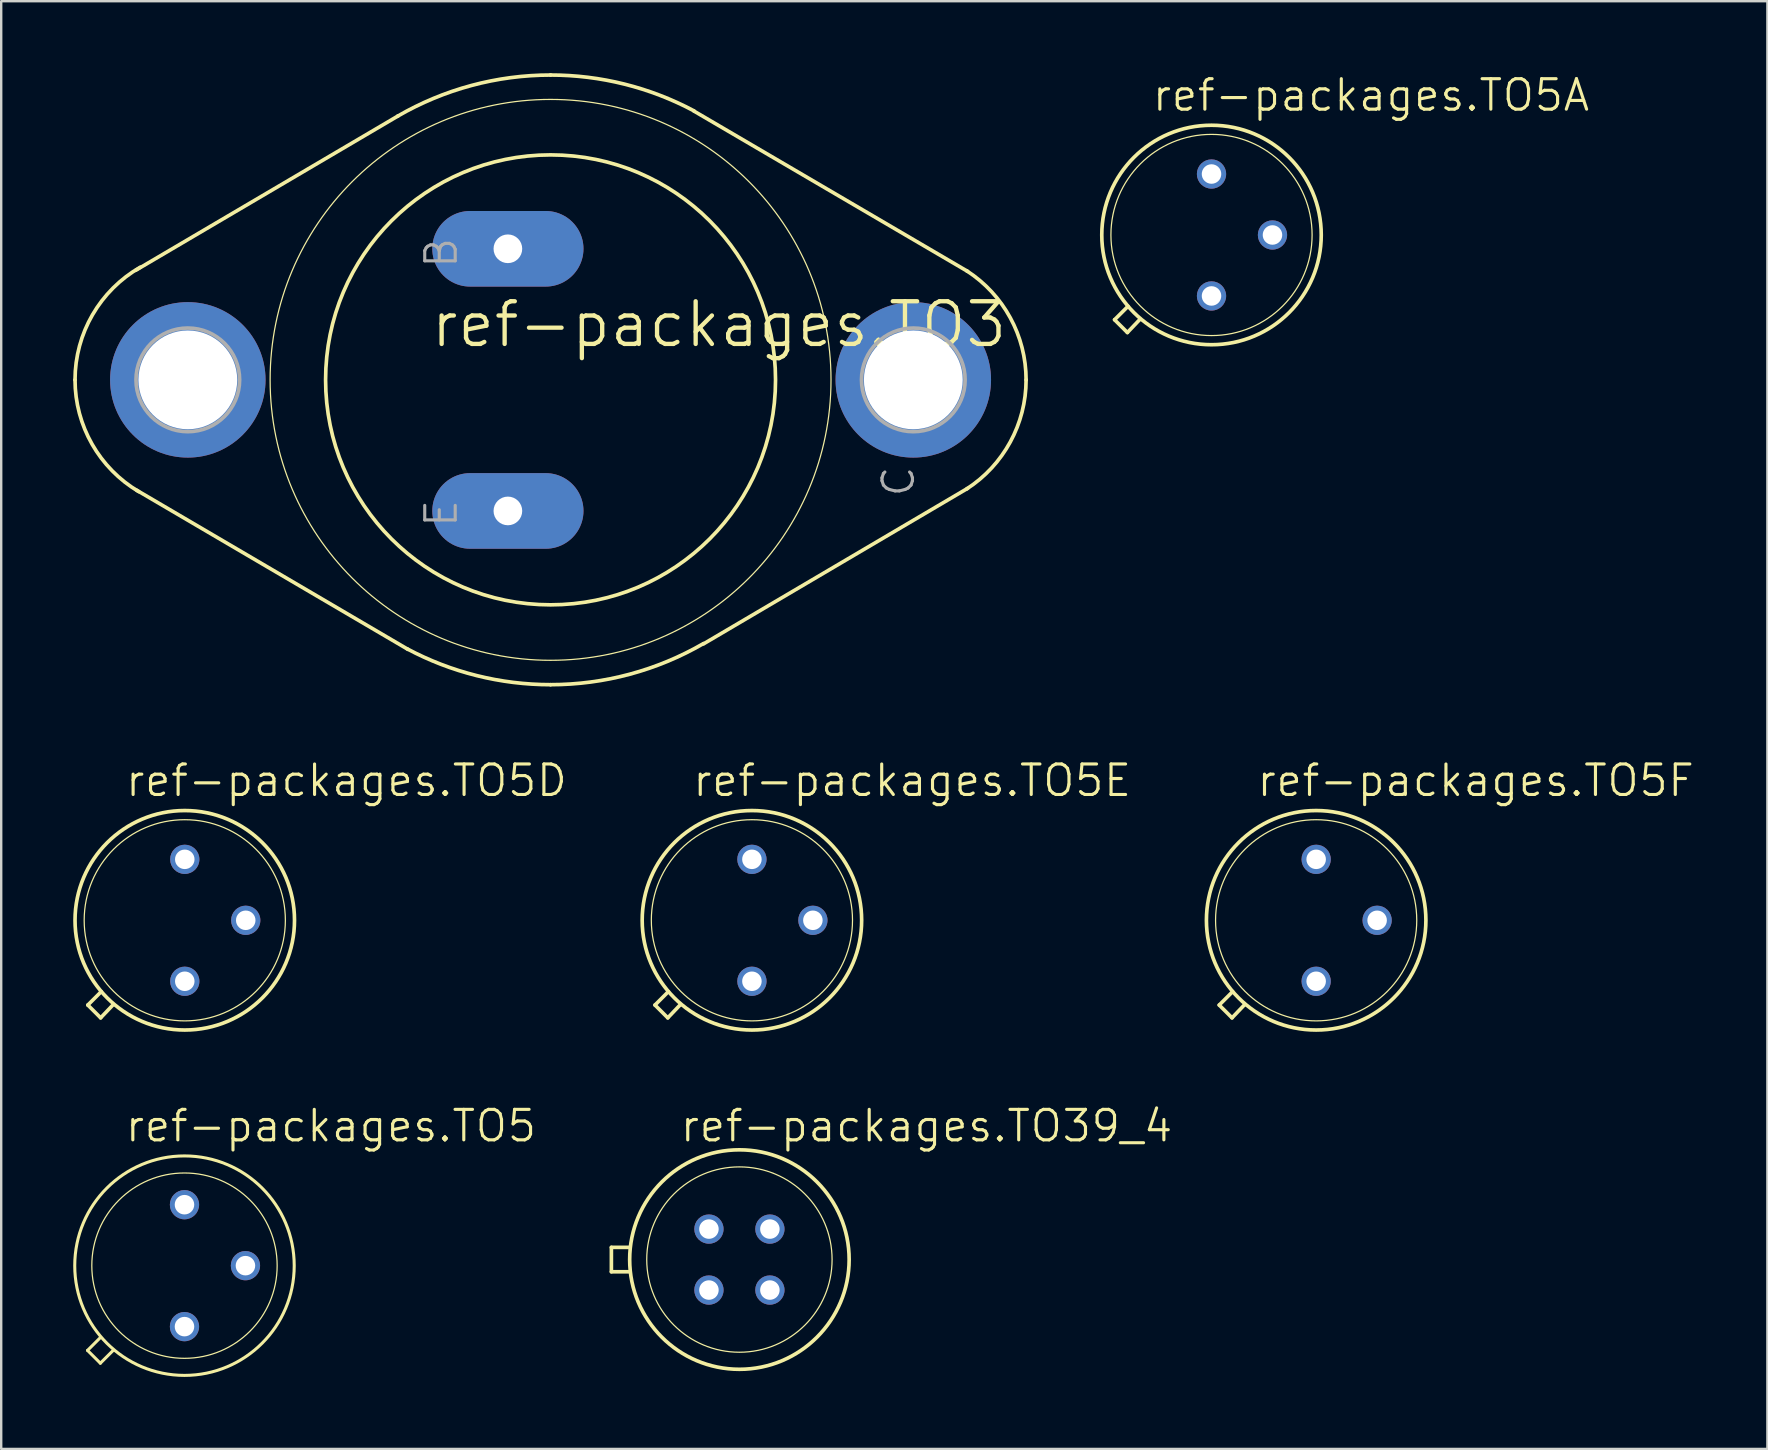
<source format=kicad_pcb>
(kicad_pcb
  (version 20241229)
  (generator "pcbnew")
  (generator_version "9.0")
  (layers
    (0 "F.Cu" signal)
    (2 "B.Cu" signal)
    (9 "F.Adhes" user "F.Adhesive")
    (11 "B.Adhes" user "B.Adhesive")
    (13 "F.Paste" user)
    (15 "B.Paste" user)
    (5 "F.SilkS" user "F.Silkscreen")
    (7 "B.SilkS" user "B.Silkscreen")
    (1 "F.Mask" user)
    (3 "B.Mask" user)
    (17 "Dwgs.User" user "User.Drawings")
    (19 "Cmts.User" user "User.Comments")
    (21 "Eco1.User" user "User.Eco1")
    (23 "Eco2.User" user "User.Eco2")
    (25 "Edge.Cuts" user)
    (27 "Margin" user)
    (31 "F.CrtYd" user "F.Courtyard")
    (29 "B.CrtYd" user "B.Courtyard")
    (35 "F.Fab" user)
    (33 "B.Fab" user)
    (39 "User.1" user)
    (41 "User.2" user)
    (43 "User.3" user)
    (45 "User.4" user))
  (footprint "ref-packages.TO5D"
    (layer "F.Cu")
    (at 4.648 35.292)
    (property "Reference" "ref-packages.TO5D" (at -2.54 -5.08 0) (layer "F.SilkS") (effects (font (size 1.27 1.27) (thickness 0.13)) (justify left bottom)))
    (attr through_hole)
    (fp_line (start -4.039 3.531) (end -3.48 2.972) (stroke (width 0.152) (type default)) (layer "F.SilkS"))
    (fp_line (start -3.505 4.064) (end -4.039 3.531) (stroke (width 0.152) (type default)) (layer "F.SilkS"))
    (fp_line (start -2.972 3.505) (end -3.505 4.064) (stroke (width 0.152) (type default)) (layer "F.SilkS"))
    (fp_circle (center 0 0) (end 4.191 0) (stroke (width 0.051) (type default)) (fill no) (layer "F.SilkS"))
    (fp_circle (center 0 0) (end 4.572 0) (stroke (width 0.152) (type default)) (fill no) (layer "F.SilkS"))
    (pad "D" thru_hole circle (at 0 2.54) (size 1.219 1.219) (drill 0.813) (layers "*.Cu" "*.Mask"))
    (pad "G" thru_hole circle (at 0 -2.54) (size 1.219 1.219) (drill 0.813) (layers "*.Cu" "*.Mask"))
    (pad "S" thru_hole circle (at 2.54 0) (size 1.219 1.219) (drill 0.813) (layers "*.Cu" "*.Mask")))
  (footprint "ref-packages.TO39_4"
    (layer "F.Cu")
    (at 27.756 49.427)
    (property "Reference" "ref-packages.TO39_4" (at -2.54 -4.826 0) (layer "F.SilkS") (effects (font (size 1.27 1.27) (thickness 0.13)) (justify left bottom)))
    (attr through_hole)
    (fp_line (start -5.334 0.508) (end -5.334 -0.508) (stroke (width 0.152) (type default)) (layer "F.SilkS"))
    (fp_line (start -5.334 0.508) (end -4.572 0.508) (stroke (width 0.152) (type default)) (layer "F.SilkS"))
    (fp_line (start -4.572 -0.508) (end -5.334 -0.508) (stroke (width 0.152) (type default)) (layer "F.SilkS"))
    (fp_circle (center 0 0) (end 3.861 0) (stroke (width 0.051) (type default)) (fill no) (layer "F.SilkS"))
    (fp_circle (center 0 0) (end 4.572 0) (stroke (width 0.152) (type default)) (fill no) (layer "F.SilkS"))
    (pad "1" thru_hole circle (at -1.27 1.27) (size 1.219 1.219) (drill 0.813) (layers "*.Cu" "*.Mask"))
    (pad "2" thru_hole circle (at 1.27 1.27) (size 1.219 1.219) (drill 0.813) (layers "*.Cu" "*.Mask"))
    (pad "3" thru_hole circle (at 1.27 -1.27) (size 1.219 1.219) (drill 0.813) (layers "*.Cu" "*.Mask"))
    (pad "4" thru_hole circle (at -1.27 -1.27) (size 1.219 1.219) (drill 0.813) (layers "*.Cu" "*.Mask")))
  (footprint "ref-packages.TO5F"
    (layer "F.Cu")
    (at 51.785 35.292)
    (property "Reference" "ref-packages.TO5F" (at -2.54 -5.08 0) (layer "F.SilkS") (effects (font (size 1.27 1.27) (thickness 0.13)) (justify left bottom)))
    (attr through_hole)
    (fp_line (start -4.039 3.531) (end -3.48 2.972) (stroke (width 0.152) (type default)) (layer "F.SilkS"))
    (fp_line (start -3.505 4.064) (end -4.039 3.531) (stroke (width 0.152) (type default)) (layer "F.SilkS"))
    (fp_line (start -2.972 3.505) (end -3.505 4.064) (stroke (width 0.152) (type default)) (layer "F.SilkS"))
    (fp_circle (center 0 0) (end 4.191 0) (stroke (width 0.051) (type default)) (fill no) (layer "F.SilkS"))
    (fp_circle (center 0 0) (end 4.572 0) (stroke (width 0.152) (type default)) (fill no) (layer "F.SilkS"))
    (pad "D" thru_hole circle (at 2.54 0) (size 1.219 1.219) (drill 0.813) (layers "*.Cu" "*.Mask"))
    (pad "G" thru_hole circle (at 0 -2.54) (size 1.219 1.219) (drill 0.813) (layers "*.Cu" "*.Mask"))
    (pad "S" thru_hole circle (at 0 2.54) (size 1.219 1.219) (drill 0.813) (layers "*.Cu" "*.Mask")))
  (footprint "ref-packages.TO3"
    (layer "F.Cu")
    (at 19.888 12.776)
    (property "Reference" "ref-packages.TO3" (at -5.08 -1.27 0) (layer "F.SilkS") (effects (font (size 1.778 1.778) (thickness 0.18)) (justify left bottom)))
    (attr through_hole)
    (fp_line (start -6.35 -10.998) (end -17.272 -4.572) (stroke (width 0.152) (type default)) (layer "F.SilkS"))
    (fp_line (start -5.944 11.227) (end -17.247 4.597) (stroke (width 0.152) (type default)) (layer "F.SilkS"))
    (fp_line (start 5.969 -11.201) (end 17.374 -4.521) (stroke (width 0.152) (type default)) (layer "F.SilkS"))
    (fp_line (start 6.375 10.998) (end 17.374 4.521) (stroke (width 0.152) (type default)) (layer "F.SilkS"))
    (fp_arc (start -19.812 0) (mid -19.08306 -2.712168) (end -17.0927 -4.6935) (stroke (width 0.1524) (type default)) (layer "F.SilkS"))
    (fp_arc (start -17.1555 4.657) (mid -19.101186 2.680705) (end -19.812 0) (stroke (width 0.1524) (type default)) (layer "F.SilkS"))
    (fp_arc (start -6.3718 -10.9859) (mid -3.299165 -12.263989) (end 0 -12.7) (stroke (width 0.1524) (type default)) (layer "F.SilkS"))
    (fp_arc (start 0 -12.7) (mid 3.080216 -12.320822) (end 5.9765 -11.2059) (stroke (width 0.1524) (type default)) (layer "F.SilkS"))
    (fp_arc (start 0 12.7) (mid -3.080216 12.320822) (end -5.9765 11.2059) (stroke (width 0.1524) (type default)) (layer "F.SilkS"))
    (fp_arc (start 6.3718 10.9859) (mid 3.299165 12.263989) (end 0 12.7) (stroke (width 0.1524) (type default)) (layer "F.SilkS"))
    (fp_arc (start 17.3366 -4.545) (mid 19.153012 -2.587691) (end 19.812 0) (stroke (width 0.1524) (type default)) (layer "F.SilkS"))
    (fp_arc (start 19.812 0) (mid 19.153012 2.587691) (end 17.3366 4.545) (stroke (width 0.1524) (type default)) (layer "F.SilkS"))
    (fp_circle (center 0 0) (end 9.373 0) (stroke (width 0.152) (type default)) (fill no) (layer "F.SilkS"))
    (fp_circle (center 0 0) (end 11.684 0) (stroke (width 0.051) (type default)) (fill no) (layer "F.SilkS"))
    (fp_circle (center -15.113 0) (end -12.954 0) (stroke (width 0.152) (type default)) (fill no) (layer "F.Fab"))
    (fp_circle (center 15.113 0) (end 17.272 0) (stroke (width 0.152) (type default)) (fill no) (layer "F.Fab"))
    (fp_text user "E" (at -3.81 6.223 90) (layer "F.Fab") (effects (font (size 1.27 1.27) (thickness 0.13)) (justify left bottom)))
    (fp_text user "C" (at 15.24 4.953 90) (layer "F.Fab") (effects (font (size 1.27 1.27) (thickness 0.13)) (justify left bottom)))
    (fp_text user "B" (at -3.81 -4.572 90) (layer "F.Fab") (effects (font (size 1.27 1.27) (thickness 0.13)) (justify left bottom)))
    (pad "B" thru_hole oval (at -1.778 -5.461) (size 6.299 3.15) (drill 1.194) (layers "*.Cu" "*.Mask"))
    (pad "C" thru_hole circle (at 15.113 0) (size 6.477 6.477) (drill 4.115) (layers "*.Cu" "*.Mask"))
    (pad "C/" thru_hole circle (at -15.113 0) (size 6.477 6.477) (drill 4.115) (layers "*.Cu" "*.Mask"))
    (pad "E" thru_hole oval (at -1.778 5.461) (size 6.299 3.15) (drill 1.194) (layers "*.Cu" "*.Mask")))
  (footprint "ref-packages.TO5"
    (layer "F.Cu")
    (at 4.636 49.681)
    (property "Reference" "ref-packages.TO5" (at -2.54 -5.08 0) (layer "F.SilkS") (effects (font (size 1.27 1.27) (thickness 0.13)) (justify left bottom)))
    (attr through_hole)
    (fp_line (start -4.039 3.531) (end -3.505 2.997) (stroke (width 0.127) (type default)) (layer "F.SilkS"))
    (fp_line (start -3.505 4.064) (end -4.039 3.531) (stroke (width 0.127) (type default)) (layer "F.SilkS"))
    (fp_line (start -2.972 3.531) (end -3.505 4.064) (stroke (width 0.127) (type default)) (layer "F.SilkS"))
    (fp_circle (center 0 0) (end 3.861 0) (stroke (width 0.051) (type default)) (fill no) (layer "F.SilkS"))
    (fp_circle (center 0 0) (end 4.572 0) (stroke (width 0.127) (type default)) (fill no) (layer "F.SilkS"))
    (pad "1" thru_hole circle (at 0 2.54) (size 1.219 1.219) (drill 0.813) (layers "*.Cu" "*.Mask"))
    (pad "2" thru_hole circle (at 2.54 0) (size 1.219 1.219) (drill 0.813) (layers "*.Cu" "*.Mask"))
    (pad "3" thru_hole circle (at 0 -2.54) (size 1.219 1.219) (drill 0.813) (layers "*.Cu" "*.Mask")))
  (footprint "ref-packages.TO5A"
    (layer "F.Cu")
    (at 47.425 6.74)
    (property "Reference" "ref-packages.TO5A" (at -2.54 -5.08 0) (layer "F.SilkS") (effects (font (size 1.27 1.27) (thickness 0.13)) (justify left bottom)))
    (attr through_hole)
    (fp_line (start -4.039 3.531) (end -3.48 2.972) (stroke (width 0.152) (type default)) (layer "F.SilkS"))
    (fp_line (start -3.505 4.064) (end -4.039 3.531) (stroke (width 0.152) (type default)) (layer "F.SilkS"))
    (fp_line (start -2.972 3.505) (end -3.505 4.064) (stroke (width 0.152) (type default)) (layer "F.SilkS"))
    (fp_circle (center 0 0) (end 4.191 0) (stroke (width 0.051) (type default)) (fill no) (layer "F.SilkS"))
    (fp_circle (center 0 0) (end 4.572 0) (stroke (width 0.152) (type default)) (fill no) (layer "F.SilkS"))
    (pad "B" thru_hole circle (at 2.54 0) (size 1.219 1.219) (drill 0.813) (layers "*.Cu" "*.Mask"))
    (pad "C" thru_hole circle (at 0 -2.54) (size 1.219 1.219) (drill 0.813) (layers "*.Cu" "*.Mask"))
    (pad "E" thru_hole circle (at 0 2.54) (size 1.219 1.219) (drill 0.813) (layers "*.Cu" "*.Mask")))
  (footprint "ref-packages.TO5E"
    (layer "F.Cu")
    (at 28.277 35.292)
    (property "Reference" "ref-packages.TO5E" (at -2.54 -5.08 0) (layer "F.SilkS") (effects (font (size 1.27 1.27) (thickness 0.13)) (justify left bottom)))
    (attr through_hole)
    (fp_line (start -4.039 3.531) (end -3.48 2.972) (stroke (width 0.152) (type default)) (layer "F.SilkS"))
    (fp_line (start -3.505 4.064) (end -4.039 3.531) (stroke (width 0.152) (type default)) (layer "F.SilkS"))
    (fp_line (start -2.972 3.505) (end -3.505 4.064) (stroke (width 0.152) (type default)) (layer "F.SilkS"))
    (fp_circle (center 0 0) (end 4.191 0) (stroke (width 0.051) (type default)) (fill no) (layer "F.SilkS"))
    (fp_circle (center 0 0) (end 4.572 0) (stroke (width 0.152) (type default)) (fill no) (layer "F.SilkS"))
    (pad "A" thru_hole circle (at 0 -2.54) (size 1.219 1.219) (drill 0.813) (layers "*.Cu" "*.Mask"))
    (pad "C" thru_hole circle (at 0 2.54) (size 1.219 1.219) (drill 0.813) (layers "*.Cu" "*.Mask"))
    (pad "G" thru_hole circle (at 2.54 0) (size 1.219 1.219) (drill 0.813) (layers "*.Cu" "*.Mask")))
  (gr_rect
    (start -3 -3)
    (end 70.585 57.316)
    (stroke (width 0.1) (type default))
    (fill no)
    (layer "Edge.Cuts")))
</source>
